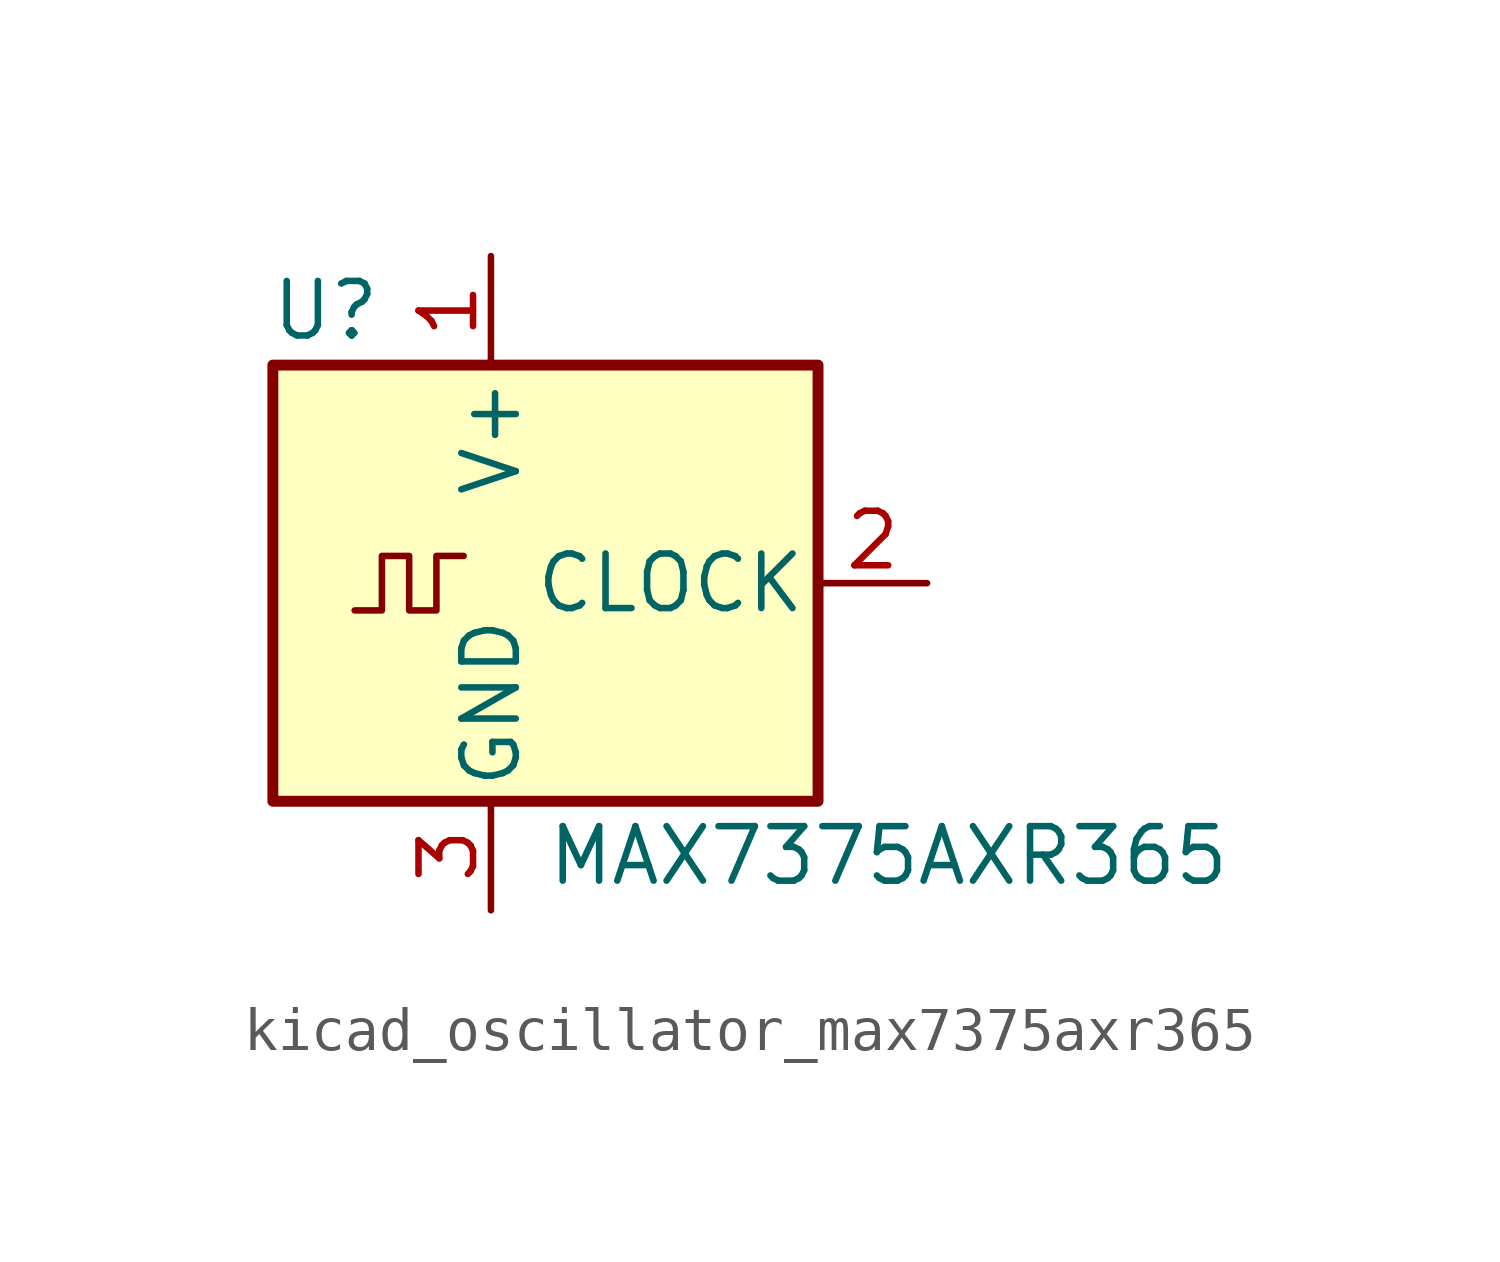
<source format=kicad_sym>
(kicad_symbol_lib
  (version 20220914)
  (generator kicad_symbol_editor)
  (symbol "kicad_oscillator_max7375axr365"
    (pin_names
      (offset 0.254))
    (property "Reference" "U"
      (at -2.54 6.35 0)
      (effects (font (size 1.27 1.27)) (justify right)))
    (property "Value" "MAX7375AXR365"
      (at 1.27 -6.35 0)
      (effects (font (size 1.27 1.27)) (justify left)))
    (symbol "kicad_oscillator_max7375axr365_0_1"
      (rectangle (start -5.08 5.08) (end 7.62 -5.08) (stroke (width 0.254) (type default)) (fill (type background)))
      (polyline (pts (xy -3.175 -0.635) (xy -2.54 -0.635) (xy -2.54 0.635) (xy -1.905 0.635) (xy -1.905 -0.635) (xy -1.27 -0.635) (xy -1.27 0.635) (xy -0.635 0.635)) (stroke (width 0) (type default)) (fill (type none))))
    (symbol "kicad_oscillator_max7375axr365_1_1"
      (pin power_in line (at 0 7.62 270) (length 2.54) (name "V+" (effects (font (size 1.27 1.27)))) (number "1" (effects (font (size 1.27 1.27)))))
      (pin output line (at 10.16 0 180) (length 2.54) (name "CLOCK" (effects (font (size 1.27 1.27)))) (number "2" (effects (font (size 1.27 1.27)))))
      (pin power_in line (at 0 -7.62 90) (length 2.54) (name "GND" (effects (font (size 1.27 1.27)))) (number "3" (effects (font (size 1.27 1.27))))))))
</source>
